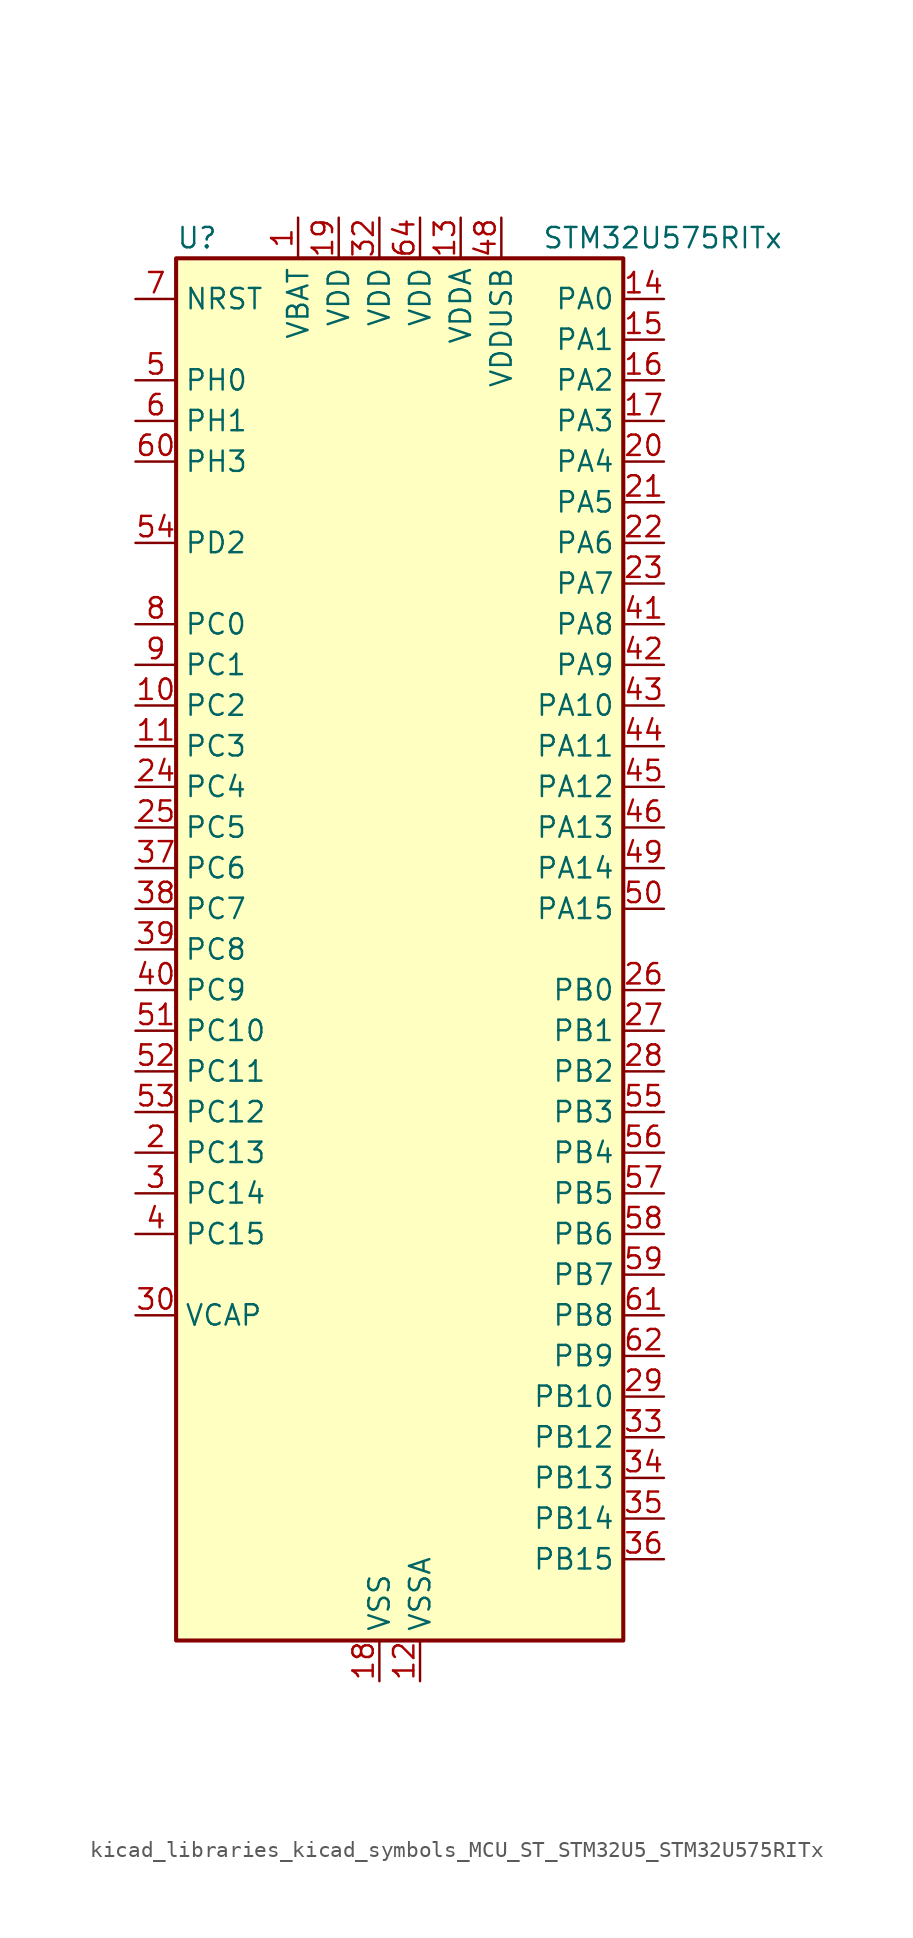
<source format=kicad_sym>
(kicad_symbol_lib
  (version 20220914)
  (generator kicad_symbol_editor)
  (symbol "kicad_libraries_kicad_symbols_MCU_ST_STM32U5_STM32U575RITx"
    (property "Reference" "U"
      (at -12.7 44.45 0)
      (effects (font (size 1.27 1.27)) (justify left)))
    (property "Value" "STM32U575RITx"
      (at 10.16 44.45 0)
      (effects (font (size 1.27 1.27)) (justify left)))
    (property "ki_locked" ""
      (at 0 0 0)
      (effects (font (size 1.27 1.27))))
    (symbol "kicad_libraries_kicad_symbols_MCU_ST_STM32U5_STM32U575RITx_0_1"
      (rectangle (start -12.7 -43.18) (end 15.24 43.18) (stroke (width 0.254) (type default)) (fill (type background))))
    (symbol "kicad_libraries_kicad_symbols_MCU_ST_STM32U5_STM32U575RITx_1_1"
      (pin power_in line (at -5.08 45.72 270) (length 2.54) (name "VBAT" (effects (font (size 1.27 1.27)))) (number "1" (effects (font (size 1.27 1.27)))))
      (pin bidirectional line (at -15.24 15.24 0) (length 2.54) (name "PC2" (effects (font (size 1.27 1.27)))) (number "10" (effects (font (size 1.27 1.27)))) (alternate "ADC1_IN3" bidirectional line) (alternate "ADC4_IN3" bidirectional line) (alternate "LPTIM1_IN2" bidirectional line) (alternate "MDF1_CCK1" bidirectional line) (alternate "OCTOSPIM_P1_IO5" bidirectional line) (alternate "SPI2_MISO" bidirectional line))
      (pin bidirectional line (at -15.24 12.7 0) (length 2.54) (name "PC3" (effects (font (size 1.27 1.27)))) (number "11" (effects (font (size 1.27 1.27)))) (alternate "ADC1_IN4" bidirectional line) (alternate "ADC4_IN4" bidirectional line) (alternate "LPTIM1_ETR" bidirectional line) (alternate "LPTIM2_ETR" bidirectional line) (alternate "LPTIM3_CH1" bidirectional line) (alternate "OCTOSPIM_P1_IO6" bidirectional line) (alternate "SAI1_D1" bidirectional line) (alternate "SAI1_SD_A" bidirectional line) (alternate "SPI2_MOSI" bidirectional line))
      (pin power_in line (at 2.54 -45.72 90) (length 2.54) (name "VSSA" (effects (font (size 1.27 1.27)))) (number "12" (effects (font (size 1.27 1.27)))))
      (pin power_in line (at 5.08 45.72 270) (length 2.54) (name "VDDA" (effects (font (size 1.27 1.27)))) (number "13" (effects (font (size 1.27 1.27)))))
      (pin bidirectional line (at 17.78 40.64 180) (length 2.54) (name "PA0" (effects (font (size 1.27 1.27)))) (number "14" (effects (font (size 1.27 1.27)))) (alternate "ADC1_IN5" bidirectional line) (alternate "AUDIOCLK" bidirectional line) (alternate "OCTOSPIM_P2_NCS" bidirectional line) (alternate "OPAMP1_VINP" bidirectional line) (alternate "PWR_WKUP1" bidirectional line) (alternate "SDMMC2_CMD" bidirectional line) (alternate "SPI3_RDY" bidirectional line) (alternate "TAMP_IN2" bidirectional line) (alternate "TAMP_OUT1" bidirectional line) (alternate "TIM2_CH1" bidirectional line) (alternate "TIM2_ETR" bidirectional line) (alternate "TIM5_CH1" bidirectional line) (alternate "TIM8_ETR" bidirectional line) (alternate "UART4_TX" bidirectional line) (alternate "USART2_CTS" bidirectional line))
      (pin bidirectional line (at 17.78 38.1 180) (length 2.54) (name "PA1" (effects (font (size 1.27 1.27)))) (number "15" (effects (font (size 1.27 1.27)))) (alternate "ADC1_IN6" bidirectional line) (alternate "I2C1_SMBA" bidirectional line) (alternate "LPTIM1_CH2" bidirectional line) (alternate "OCTOSPIM_P1_DQS" bidirectional line) (alternate "OPAMP1_VINM" bidirectional line) (alternate "PWR_WKUP3" bidirectional line) (alternate "SPI1_SCK" bidirectional line) (alternate "TAMP_IN5" bidirectional line) (alternate "TAMP_OUT4" bidirectional line) (alternate "TIM15_CH1N" bidirectional line) (alternate "TIM2_CH2" bidirectional line) (alternate "TIM5_CH2" bidirectional line) (alternate "UART4_RX" bidirectional line) (alternate "USART2_DE" bidirectional line) (alternate "USART2_RTS" bidirectional line))
      (pin bidirectional line (at 17.78 35.56 180) (length 2.54) (name "PA2" (effects (font (size 1.27 1.27)))) (number "16" (effects (font (size 1.27 1.27)))) (alternate "ADC1_IN7" bidirectional line) (alternate "COMP1_INP" bidirectional line) (alternate "LPUART1_TX" bidirectional line) (alternate "OCTOSPIM_P1_NCS" bidirectional line) (alternate "PWR_WKUP4" bidirectional line) (alternate "RCC_LSCO" bidirectional line) (alternate "SPI1_RDY" bidirectional line) (alternate "TIM15_CH1" bidirectional line) (alternate "TIM2_CH3" bidirectional line) (alternate "TIM5_CH3" bidirectional line) (alternate "UCPD1_FRSTX1" bidirectional line) (alternate "USART2_TX" bidirectional line))
      (pin bidirectional line (at 17.78 33.02 180) (length 2.54) (name "PA3" (effects (font (size 1.27 1.27)))) (number "17" (effects (font (size 1.27 1.27)))) (alternate "ADC1_IN8" bidirectional line) (alternate "LPUART1_RX" bidirectional line) (alternate "OCTOSPIM_P1_CLK" bidirectional line) (alternate "OPAMP1_VOUT" bidirectional line) (alternate "PWR_WKUP5" bidirectional line) (alternate "SAI1_CK1" bidirectional line) (alternate "SAI1_MCLK_A" bidirectional line) (alternate "TIM15_CH2" bidirectional line) (alternate "TIM2_CH4" bidirectional line) (alternate "TIM5_CH4" bidirectional line) (alternate "USART2_RX" bidirectional line))
      (pin power_in line (at 0 -45.72 90) (length 2.54) (name "VSS" (effects (font (size 1.27 1.27)))) (number "18" (effects (font (size 1.27 1.27)))))
      (pin power_in line (at -2.54 45.72 270) (length 2.54) (name "VDD" (effects (font (size 1.27 1.27)))) (number "19" (effects (font (size 1.27 1.27)))))
      (pin bidirectional line (at -15.24 -12.7 0) (length 2.54) (name "PC13" (effects (font (size 1.27 1.27)))) (number "2" (effects (font (size 1.27 1.27)))) (alternate "PWR_WKUP2" bidirectional line) (alternate "RTC_OUT1" bidirectional line) (alternate "RTC_TS" bidirectional line) (alternate "TAMP_IN1" bidirectional line) (alternate "TAMP_OUT2" bidirectional line))
      (pin bidirectional line (at 17.78 30.48 180) (length 2.54) (name "PA4" (effects (font (size 1.27 1.27)))) (number "20" (effects (font (size 1.27 1.27)))) (alternate "ADC1_IN9" bidirectional line) (alternate "ADC4_IN9" bidirectional line) (alternate "DAC1_OUT1" bidirectional line) (alternate "DCMI_HSYNC" bidirectional line) (alternate "LPTIM2_CH1" bidirectional line) (alternate "OCTOSPIM_P1_NCS" bidirectional line) (alternate "PSSI_DE" bidirectional line) (alternate "PWR_WKUP2" bidirectional line) (alternate "SAI1_FS_B" bidirectional line) (alternate "SPI1_NSS" bidirectional line) (alternate "SPI3_NSS" bidirectional line) (alternate "USART2_CK" bidirectional line))
      (pin bidirectional line (at 17.78 27.94 180) (length 2.54) (name "PA5" (effects (font (size 1.27 1.27)))) (number "21" (effects (font (size 1.27 1.27)))) (alternate "ADC1_IN10" bidirectional line) (alternate "ADC4_IN10" bidirectional line) (alternate "DAC1_OUT2" bidirectional line) (alternate "LPTIM2_ETR" bidirectional line) (alternate "PSSI_D14" bidirectional line) (alternate "PWR_CSLEEP" bidirectional line) (alternate "PWR_WKUP6" bidirectional line) (alternate "SPI1_SCK" bidirectional line) (alternate "TIM2_CH1" bidirectional line) (alternate "TIM2_ETR" bidirectional line) (alternate "TIM8_CH1N" bidirectional line) (alternate "USART3_RX" bidirectional line))
      (pin bidirectional line (at 17.78 25.4 180) (length 2.54) (name "PA6" (effects (font (size 1.27 1.27)))) (number "22" (effects (font (size 1.27 1.27)))) (alternate "ADC1_IN11" bidirectional line) (alternate "ADC4_IN11" bidirectional line) (alternate "DCMI_PIXCLK" bidirectional line) (alternate "LPUART1_CTS" bidirectional line) (alternate "OCTOSPIM_P1_IO3" bidirectional line) (alternate "OPAMP2_VINP" bidirectional line) (alternate "PSSI_PDCK" bidirectional line) (alternate "PWR_CDSTOP" bidirectional line) (alternate "PWR_WKUP7" bidirectional line) (alternate "SPI1_MISO" bidirectional line) (alternate "TIM16_CH1" bidirectional line) (alternate "TIM1_BKIN" bidirectional line) (alternate "TIM3_CH1" bidirectional line) (alternate "TIM8_BKIN" bidirectional line) (alternate "USART3_CTS" bidirectional line))
      (pin bidirectional line (at 17.78 22.86 180) (length 2.54) (name "PA7" (effects (font (size 1.27 1.27)))) (number "23" (effects (font (size 1.27 1.27)))) (alternate "ADC1_IN12" bidirectional line) (alternate "ADC4_IN20" bidirectional line) (alternate "I2C3_SCL" bidirectional line) (alternate "LPTIM2_CH2" bidirectional line) (alternate "OCTOSPIM_P1_IO2" bidirectional line) (alternate "OPAMP2_VINM" bidirectional line) (alternate "PWR_SRDSTOP" bidirectional line) (alternate "PWR_WKUP8" bidirectional line) (alternate "SPI1_MOSI" bidirectional line) (alternate "TIM17_CH1" bidirectional line) (alternate "TIM1_CH1N" bidirectional line) (alternate "TIM3_CH2" bidirectional line) (alternate "TIM8_CH1N" bidirectional line) (alternate "USART3_TX" bidirectional line))
      (pin bidirectional line (at -15.24 10.16 0) (length 2.54) (name "PC4" (effects (font (size 1.27 1.27)))) (number "24" (effects (font (size 1.27 1.27)))) (alternate "ADC1_IN13" bidirectional line) (alternate "ADC4_IN22" bidirectional line) (alternate "COMP1_INM" bidirectional line) (alternate "OCTOSPIM_P1_IO7" bidirectional line) (alternate "USART3_TX" bidirectional line))
      (pin bidirectional line (at -15.24 7.62 0) (length 2.54) (name "PC5" (effects (font (size 1.27 1.27)))) (number "25" (effects (font (size 1.27 1.27)))) (alternate "ADC1_IN14" bidirectional line) (alternate "ADC4_IN23" bidirectional line) (alternate "COMP1_INP" bidirectional line) (alternate "PSSI_D15" bidirectional line) (alternate "PWR_WKUP5" bidirectional line) (alternate "SAI1_D3" bidirectional line) (alternate "TAMP_IN4" bidirectional line) (alternate "TAMP_OUT5" bidirectional line) (alternate "TIM1_CH4N" bidirectional line) (alternate "USART3_RX" bidirectional line))
      (pin bidirectional line (at 17.78 -2.54 180) (length 2.54) (name "PB0" (effects (font (size 1.27 1.27)))) (number "26" (effects (font (size 1.27 1.27)))) (alternate "ADC1_IN15" bidirectional line) (alternate "ADC4_IN18" bidirectional line) (alternate "AUDIOCLK" bidirectional line) (alternate "COMP1_OUT" bidirectional line) (alternate "LPTIM3_CH1" bidirectional line) (alternate "OCTOSPIM_P1_IO1" bidirectional line) (alternate "OPAMP2_VOUT" bidirectional line) (alternate "SPI1_NSS" bidirectional line) (alternate "TIM1_CH2N" bidirectional line) (alternate "TIM3_CH3" bidirectional line) (alternate "TIM8_CH2N" bidirectional line) (alternate "USART3_CK" bidirectional line))
      (pin bidirectional line (at 17.78 -5.08 180) (length 2.54) (name "PB1" (effects (font (size 1.27 1.27)))) (number "27" (effects (font (size 1.27 1.27)))) (alternate "ADC1_IN16" bidirectional line) (alternate "ADC4_IN19" bidirectional line) (alternate "COMP1_INM" bidirectional line) (alternate "LPTIM2_IN1" bidirectional line) (alternate "LPTIM3_CH2" bidirectional line) (alternate "LPUART1_DE" bidirectional line) (alternate "LPUART1_RTS" bidirectional line) (alternate "MDF1_SDI0" bidirectional line) (alternate "OCTOSPIM_P1_IO0" bidirectional line) (alternate "PWR_WKUP4" bidirectional line) (alternate "TIM1_CH3N" bidirectional line) (alternate "TIM3_CH4" bidirectional line) (alternate "TIM8_CH3N" bidirectional line) (alternate "USART3_DE" bidirectional line) (alternate "USART3_RTS" bidirectional line))
      (pin bidirectional line (at 17.78 -7.62 180) (length 2.54) (name "PB2" (effects (font (size 1.27 1.27)))) (number "28" (effects (font (size 1.27 1.27)))) (alternate "ADC1_IN17" bidirectional line) (alternate "COMP1_INP" bidirectional line) (alternate "I2C3_SMBA" bidirectional line) (alternate "LPTIM1_CH1" bidirectional line) (alternate "MDF1_CKI0" bidirectional line) (alternate "OCTOSPIM_P1_DQS" bidirectional line) (alternate "PWR_WKUP1" bidirectional line) (alternate "RTC_OUT2" bidirectional line) (alternate "SPI1_RDY" bidirectional line) (alternate "TIM8_CH4N" bidirectional line) (alternate "UCPD1_FRSTX1" bidirectional line))
      (pin bidirectional line (at 17.78 -27.94 180) (length 2.54) (name "PB10" (effects (font (size 1.27 1.27)))) (number "29" (effects (font (size 1.27 1.27)))) (alternate "COMP1_OUT" bidirectional line) (alternate "I2C2_SCL" bidirectional line) (alternate "I2C4_SCL" bidirectional line) (alternate "LPTIM3_CH1" bidirectional line) (alternate "LPUART1_RX" bidirectional line) (alternate "OCTOSPIM_P1_CLK" bidirectional line) (alternate "PWR_WKUP8" bidirectional line) (alternate "SAI1_SCK_A" bidirectional line) (alternate "SPI2_SCK" bidirectional line) (alternate "TIM2_CH3" bidirectional line) (alternate "TSC_SYNC" bidirectional line) (alternate "USART3_TX" bidirectional line))
      (pin bidirectional line (at -15.24 -15.24 0) (length 2.54) (name "PC14" (effects (font (size 1.27 1.27)))) (number "3" (effects (font (size 1.27 1.27)))) (alternate "RCC_OSC32_IN" bidirectional line))
      (pin power_out line (at -15.24 -22.86 0) (length 2.54) (name "VCAP" (effects (font (size 1.27 1.27)))) (number "30" (effects (font (size 1.27 1.27)))))
      (pin passive line (at 0 -45.72 90) (length 2.54) hide (name "VSS" (effects (font (size 1.27 1.27)))) (number "31" (effects (font (size 1.27 1.27)))))
      (pin power_in line (at 0 45.72 270) (length 2.54) (name "VDD" (effects (font (size 1.27 1.27)))) (number "32" (effects (font (size 1.27 1.27)))))
      (pin bidirectional line (at 17.78 -30.48 180) (length 2.54) (name "PB12" (effects (font (size 1.27 1.27)))) (number "33" (effects (font (size 1.27 1.27)))) (alternate "I2C2_SMBA" bidirectional line) (alternate "LPUART1_DE" bidirectional line) (alternate "LPUART1_RTS" bidirectional line) (alternate "MDF1_SDI1" bidirectional line) (alternate "OCTOSPIM_P1_NCLK" bidirectional line) (alternate "SPI2_NSS" bidirectional line) (alternate "TIM15_BKIN" bidirectional line) (alternate "TIM1_BKIN" bidirectional line) (alternate "TSC_G1_IO1" bidirectional line) (alternate "USART3_CK" bidirectional line))
      (pin bidirectional line (at 17.78 -33.02 180) (length 2.54) (name "PB13" (effects (font (size 1.27 1.27)))) (number "34" (effects (font (size 1.27 1.27)))) (alternate "I2C2_SCL" bidirectional line) (alternate "LPTIM3_IN1" bidirectional line) (alternate "LPUART1_CTS" bidirectional line) (alternate "MDF1_CKI1" bidirectional line) (alternate "SPI2_SCK" bidirectional line) (alternate "TIM15_CH1N" bidirectional line) (alternate "TIM1_CH1N" bidirectional line) (alternate "TSC_G1_IO2" bidirectional line) (alternate "USART3_CTS" bidirectional line))
      (pin bidirectional line (at 17.78 -35.56 180) (length 2.54) (name "PB14" (effects (font (size 1.27 1.27)))) (number "35" (effects (font (size 1.27 1.27)))) (alternate "I2C2_SDA" bidirectional line) (alternate "LPTIM3_ETR" bidirectional line) (alternate "MDF1_SDI2" bidirectional line) (alternate "SDMMC2_D0" bidirectional line) (alternate "SPI2_MISO" bidirectional line) (alternate "TIM15_CH1" bidirectional line) (alternate "TIM1_CH2N" bidirectional line) (alternate "TIM8_CH2N" bidirectional line) (alternate "TSC_G1_IO3" bidirectional line) (alternate "UCPD1_DBCC2" bidirectional line) (alternate "USART3_DE" bidirectional line) (alternate "USART3_RTS" bidirectional line))
      (pin bidirectional line (at 17.78 -38.1 180) (length 2.54) (name "PB15" (effects (font (size 1.27 1.27)))) (number "36" (effects (font (size 1.27 1.27)))) (alternate "ADC1_EXTI15" bidirectional line) (alternate "ADC4_EXTI15" bidirectional line) (alternate "LPTIM2_IN2" bidirectional line) (alternate "MDF1_CKI2" bidirectional line) (alternate "PWR_WKUP7" bidirectional line) (alternate "RTC_REFIN" bidirectional line) (alternate "SDMMC2_D1" bidirectional line) (alternate "SPI2_MOSI" bidirectional line) (alternate "TIM15_CH2" bidirectional line) (alternate "TIM1_CH3N" bidirectional line) (alternate "TIM8_CH3N" bidirectional line) (alternate "UCPD1_CC2" bidirectional line))
      (pin bidirectional line (at -15.24 5.08 0) (length 2.54) (name "PC6" (effects (font (size 1.27 1.27)))) (number "37" (effects (font (size 1.27 1.27)))) (alternate "DCMI_D0" bidirectional line) (alternate "MDF1_CKI3" bidirectional line) (alternate "PSSI_D0" bidirectional line) (alternate "PWR_CSLEEP" bidirectional line) (alternate "SDMMC1_D0DIR" bidirectional line) (alternate "SDMMC1_D6" bidirectional line) (alternate "SDMMC2_D6" bidirectional line) (alternate "TIM3_CH1" bidirectional line) (alternate "TIM8_CH1" bidirectional line) (alternate "TSC_G4_IO1" bidirectional line))
      (pin bidirectional line (at -15.24 2.54 0) (length 2.54) (name "PC7" (effects (font (size 1.27 1.27)))) (number "38" (effects (font (size 1.27 1.27)))) (alternate "DCMI_D1" bidirectional line) (alternate "LPTIM2_CH2" bidirectional line) (alternate "MDF1_SDI3" bidirectional line) (alternate "PSSI_D1" bidirectional line) (alternate "PWR_CDSTOP" bidirectional line) (alternate "SDMMC1_D123DIR" bidirectional line) (alternate "SDMMC1_D7" bidirectional line) (alternate "SDMMC2_D7" bidirectional line) (alternate "TIM3_CH2" bidirectional line) (alternate "TIM8_CH2" bidirectional line) (alternate "TSC_G4_IO2" bidirectional line))
      (pin bidirectional line (at -15.24 0 0) (length 2.54) (name "PC8" (effects (font (size 1.27 1.27)))) (number "39" (effects (font (size 1.27 1.27)))) (alternate "DCMI_D2" bidirectional line) (alternate "LPTIM3_CH1" bidirectional line) (alternate "PSSI_D2" bidirectional line) (alternate "PWR_SRDSTOP" bidirectional line) (alternate "SDMMC1_D0" bidirectional line) (alternate "TIM3_CH3" bidirectional line) (alternate "TIM8_CH3" bidirectional line) (alternate "TSC_G4_IO3" bidirectional line))
      (pin bidirectional line (at -15.24 -17.78 0) (length 2.54) (name "PC15" (effects (font (size 1.27 1.27)))) (number "4" (effects (font (size 1.27 1.27)))) (alternate "ADC1_EXTI15" bidirectional line) (alternate "ADC4_EXTI15" bidirectional line) (alternate "RCC_OSC32_OUT" bidirectional line))
      (pin bidirectional line (at -15.24 -2.54 0) (length 2.54) (name "PC9" (effects (font (size 1.27 1.27)))) (number "40" (effects (font (size 1.27 1.27)))) (alternate "DAC1_EXTI9" bidirectional line) (alternate "DCMI_D3" bidirectional line) (alternate "DEBUG_TRACED0" bidirectional line) (alternate "LPTIM3_CH2" bidirectional line) (alternate "PSSI_D3" bidirectional line) (alternate "SDMMC1_D1" bidirectional line) (alternate "TIM3_CH4" bidirectional line) (alternate "TIM8_BKIN2" bidirectional line) (alternate "TIM8_CH4" bidirectional line) (alternate "TSC_G4_IO4" bidirectional line) (alternate "USB_OTG_FS_NOE" bidirectional line))
      (pin bidirectional line (at 17.78 20.32 180) (length 2.54) (name "PA8" (effects (font (size 1.27 1.27)))) (number "41" (effects (font (size 1.27 1.27)))) (alternate "DEBUG_TRACECLK" bidirectional line) (alternate "LPTIM2_CH1" bidirectional line) (alternate "RCC_MCO" bidirectional line) (alternate "SAI1_CK2" bidirectional line) (alternate "SAI1_SCK_A" bidirectional line) (alternate "SPI1_RDY" bidirectional line) (alternate "TIM1_CH1" bidirectional line) (alternate "USART1_CK" bidirectional line) (alternate "USB_OTG_FS_SOF" bidirectional line))
      (pin bidirectional line (at 17.78 17.78 180) (length 2.54) (name "PA9" (effects (font (size 1.27 1.27)))) (number "42" (effects (font (size 1.27 1.27)))) (alternate "DAC1_EXTI9" bidirectional line) (alternate "DCMI_D0" bidirectional line) (alternate "PSSI_D0" bidirectional line) (alternate "SAI1_FS_A" bidirectional line) (alternate "SPI2_SCK" bidirectional line) (alternate "TIM15_BKIN" bidirectional line) (alternate "TIM1_CH2" bidirectional line) (alternate "USART1_TX" bidirectional line) (alternate "USB_OTG_FS_VBUS" bidirectional line))
      (pin bidirectional line (at 17.78 15.24 180) (length 2.54) (name "PA10" (effects (font (size 1.27 1.27)))) (number "43" (effects (font (size 1.27 1.27)))) (alternate "CRS_SYNC" bidirectional line) (alternate "DCMI_D1" bidirectional line) (alternate "LPTIM2_IN2" bidirectional line) (alternate "PSSI_D1" bidirectional line) (alternate "SAI1_D1" bidirectional line) (alternate "SAI1_SD_A" bidirectional line) (alternate "TIM17_BKIN" bidirectional line) (alternate "TIM1_CH3" bidirectional line) (alternate "USART1_RX" bidirectional line) (alternate "USB_OTG_FS_ID" bidirectional line))
      (pin bidirectional line (at 17.78 12.7 180) (length 2.54) (name "PA11" (effects (font (size 1.27 1.27)))) (number "44" (effects (font (size 1.27 1.27)))) (alternate "ADC1_EXTI11" bidirectional line) (alternate "FDCAN1_RX" bidirectional line) (alternate "SPI1_MISO" bidirectional line) (alternate "TIM1_BKIN2" bidirectional line) (alternate "TIM1_CH4" bidirectional line) (alternate "USART1_CTS" bidirectional line) (alternate "USB_OTG_FS_DM" bidirectional line))
      (pin bidirectional line (at 17.78 10.16 180) (length 2.54) (name "PA12" (effects (font (size 1.27 1.27)))) (number "45" (effects (font (size 1.27 1.27)))) (alternate "FDCAN1_TX" bidirectional line) (alternate "OCTOSPIM_P2_NCS" bidirectional line) (alternate "SPI1_MOSI" bidirectional line) (alternate "TIM1_ETR" bidirectional line) (alternate "USART1_DE" bidirectional line) (alternate "USART1_RTS" bidirectional line) (alternate "USB_OTG_FS_DP" bidirectional line))
      (pin bidirectional line (at 17.78 7.62 180) (length 2.54) (name "PA13" (effects (font (size 1.27 1.27)))) (number "46" (effects (font (size 1.27 1.27)))) (alternate "DEBUG_JTMS-SWDIO" bidirectional line) (alternate "IR_OUT" bidirectional line) (alternate "SAI1_SD_B" bidirectional line) (alternate "USB_OTG_FS_NOE" bidirectional line))
      (pin passive line (at 0 -45.72 90) (length 2.54) hide (name "VSS" (effects (font (size 1.27 1.27)))) (number "47" (effects (font (size 1.27 1.27)))))
      (pin power_in line (at 7.62 45.72 270) (length 2.54) (name "VDDUSB" (effects (font (size 1.27 1.27)))) (number "48" (effects (font (size 1.27 1.27)))))
      (pin bidirectional line (at 17.78 5.08 180) (length 2.54) (name "PA14" (effects (font (size 1.27 1.27)))) (number "49" (effects (font (size 1.27 1.27)))) (alternate "DEBUG_JTCK-SWCLK" bidirectional line) (alternate "I2C1_SMBA" bidirectional line) (alternate "I2C4_SMBA" bidirectional line) (alternate "LPTIM1_CH1" bidirectional line) (alternate "SAI1_FS_B" bidirectional line) (alternate "USB_OTG_FS_SOF" bidirectional line))
      (pin bidirectional line (at -15.24 35.56 0) (length 2.54) (name "PH0" (effects (font (size 1.27 1.27)))) (number "5" (effects (font (size 1.27 1.27)))) (alternate "RCC_OSC_IN" bidirectional line))
      (pin bidirectional line (at 17.78 2.54 180) (length 2.54) (name "PA15" (effects (font (size 1.27 1.27)))) (number "50" (effects (font (size 1.27 1.27)))) (alternate "ADC1_EXTI15" bidirectional line) (alternate "ADC4_EXTI15" bidirectional line) (alternate "DEBUG_JTDI" bidirectional line) (alternate "SPI1_NSS" bidirectional line) (alternate "SPI3_NSS" bidirectional line) (alternate "TIM2_CH1" bidirectional line) (alternate "TIM2_ETR" bidirectional line) (alternate "UART4_DE" bidirectional line) (alternate "UART4_RTS" bidirectional line) (alternate "UCPD1_CC1" bidirectional line) (alternate "USART2_RX" bidirectional line) (alternate "USART3_DE" bidirectional line) (alternate "USART3_RTS" bidirectional line))
      (pin bidirectional line (at -15.24 -5.08 0) (length 2.54) (name "PC10" (effects (font (size 1.27 1.27)))) (number "51" (effects (font (size 1.27 1.27)))) (alternate "ADF1_CCK1" bidirectional line) (alternate "DCMI_D8" bidirectional line) (alternate "DEBUG_TRACED1" bidirectional line) (alternate "LPTIM3_ETR" bidirectional line) (alternate "PSSI_D8" bidirectional line) (alternate "SDMMC1_D2" bidirectional line) (alternate "SPI3_SCK" bidirectional line) (alternate "TSC_G3_IO2" bidirectional line) (alternate "UART4_TX" bidirectional line) (alternate "USART3_TX" bidirectional line))
      (pin bidirectional line (at -15.24 -7.62 0) (length 2.54) (name "PC11" (effects (font (size 1.27 1.27)))) (number "52" (effects (font (size 1.27 1.27)))) (alternate "ADC1_EXTI11" bidirectional line) (alternate "ADF1_SDI0" bidirectional line) (alternate "DCMI_D2" bidirectional line) (alternate "DCMI_D4" bidirectional line) (alternate "LPTIM3_IN1" bidirectional line) (alternate "OCTOSPIM_P1_NCS" bidirectional line) (alternate "PSSI_D2" bidirectional line) (alternate "PSSI_D4" bidirectional line) (alternate "SDMMC1_D3" bidirectional line) (alternate "SPI3_MISO" bidirectional line) (alternate "TSC_G3_IO3" bidirectional line) (alternate "UART4_RX" bidirectional line) (alternate "UCPD1_FRSTX2" bidirectional line) (alternate "USART3_RX" bidirectional line))
      (pin bidirectional line (at -15.24 -10.16 0) (length 2.54) (name "PC12" (effects (font (size 1.27 1.27)))) (number "53" (effects (font (size 1.27 1.27)))) (alternate "DCMI_D9" bidirectional line) (alternate "DEBUG_TRACED3" bidirectional line) (alternate "PSSI_D9" bidirectional line) (alternate "SDMMC1_CK" bidirectional line) (alternate "SPI3_MOSI" bidirectional line) (alternate "TSC_G3_IO4" bidirectional line) (alternate "UART5_TX" bidirectional line) (alternate "USART3_CK" bidirectional line))
      (pin bidirectional line (at -15.24 25.4 0) (length 2.54) (name "PD2" (effects (font (size 1.27 1.27)))) (number "54" (effects (font (size 1.27 1.27)))) (alternate "DCMI_D11" bidirectional line) (alternate "DEBUG_TRACED2" bidirectional line) (alternate "LPTIM4_ETR" bidirectional line) (alternate "PSSI_D11" bidirectional line) (alternate "SDMMC1_CMD" bidirectional line) (alternate "TIM3_ETR" bidirectional line) (alternate "TSC_SYNC" bidirectional line) (alternate "UART5_RX" bidirectional line) (alternate "USART3_DE" bidirectional line) (alternate "USART3_RTS" bidirectional line))
      (pin bidirectional line (at 17.78 -10.16 180) (length 2.54) (name "PB3" (effects (font (size 1.27 1.27)))) (number "55" (effects (font (size 1.27 1.27)))) (alternate "ADF1_CCK0" bidirectional line) (alternate "COMP2_INM" bidirectional line) (alternate "CRS_SYNC" bidirectional line) (alternate "DEBUG_JTDO-SWO" bidirectional line) (alternate "I2C1_SDA" bidirectional line) (alternate "LPTIM1_CH1" bidirectional line) (alternate "SAI1_SCK_B" bidirectional line) (alternate "SDMMC2_D2" bidirectional line) (alternate "SPI1_SCK" bidirectional line) (alternate "SPI3_SCK" bidirectional line) (alternate "TIM2_CH2" bidirectional line) (alternate "USART1_DE" bidirectional line) (alternate "USART1_RTS" bidirectional line))
      (pin bidirectional line (at 17.78 -12.7 180) (length 2.54) (name "PB4" (effects (font (size 1.27 1.27)))) (number "56" (effects (font (size 1.27 1.27)))) (alternate "ADF1_SDI0" bidirectional line) (alternate "COMP2_INP" bidirectional line) (alternate "DCMI_D12" bidirectional line) (alternate "DEBUG_JTRST" bidirectional line) (alternate "I2C3_SDA" bidirectional line) (alternate "LPTIM1_CH2" bidirectional line) (alternate "PSSI_D12" bidirectional line) (alternate "SAI1_MCLK_B" bidirectional line) (alternate "SDMMC2_D3" bidirectional line) (alternate "SPI1_MISO" bidirectional line) (alternate "SPI3_MISO" bidirectional line) (alternate "TIM17_BKIN" bidirectional line) (alternate "TIM3_CH1" bidirectional line) (alternate "TSC_G2_IO1" bidirectional line) (alternate "UART5_DE" bidirectional line) (alternate "UART5_RTS" bidirectional line) (alternate "USART1_CTS" bidirectional line))
      (pin bidirectional line (at 17.78 -15.24 180) (length 2.54) (name "PB5" (effects (font (size 1.27 1.27)))) (number "57" (effects (font (size 1.27 1.27)))) (alternate "COMP2_OUT" bidirectional line) (alternate "DCMI_D10" bidirectional line) (alternate "I2C1_SMBA" bidirectional line) (alternate "LPTIM1_IN1" bidirectional line) (alternate "OCTOSPIM_P1_NCLK" bidirectional line) (alternate "PSSI_D10" bidirectional line) (alternate "PWR_WKUP6" bidirectional line) (alternate "SAI1_SD_B" bidirectional line) (alternate "SPI1_MOSI" bidirectional line) (alternate "SPI3_MOSI" bidirectional line) (alternate "TIM16_BKIN" bidirectional line) (alternate "TIM3_CH2" bidirectional line) (alternate "TSC_G2_IO2" bidirectional line) (alternate "UART5_CTS" bidirectional line) (alternate "UCPD1_DBCC1" bidirectional line) (alternate "USART1_CK" bidirectional line))
      (pin bidirectional line (at 17.78 -17.78 180) (length 2.54) (name "PB6" (effects (font (size 1.27 1.27)))) (number "58" (effects (font (size 1.27 1.27)))) (alternate "COMP2_INP" bidirectional line) (alternate "DCMI_D5" bidirectional line) (alternate "I2C1_SCL" bidirectional line) (alternate "I2C4_SCL" bidirectional line) (alternate "LPTIM1_ETR" bidirectional line) (alternate "MDF1_SDI5" bidirectional line) (alternate "PSSI_D5" bidirectional line) (alternate "PWR_WKUP3" bidirectional line) (alternate "SAI1_FS_B" bidirectional line) (alternate "TIM16_CH1N" bidirectional line) (alternate "TIM4_CH1" bidirectional line) (alternate "TIM8_BKIN2" bidirectional line) (alternate "TSC_G2_IO3" bidirectional line) (alternate "USART1_TX" bidirectional line))
      (pin bidirectional line (at 17.78 -20.32 180) (length 2.54) (name "PB7" (effects (font (size 1.27 1.27)))) (number "59" (effects (font (size 1.27 1.27)))) (alternate "COMP2_INM" bidirectional line) (alternate "DCMI_VSYNC" bidirectional line) (alternate "I2C1_SDA" bidirectional line) (alternate "I2C4_SDA" bidirectional line) (alternate "LPTIM1_IN2" bidirectional line) (alternate "MDF1_CKI5" bidirectional line) (alternate "PSSI_RDY" bidirectional line) (alternate "PWR_PVD_IN" bidirectional line) (alternate "PWR_WKUP4" bidirectional line) (alternate "TIM17_CH1N" bidirectional line) (alternate "TIM4_CH2" bidirectional line) (alternate "TIM8_BKIN" bidirectional line) (alternate "TSC_G2_IO4" bidirectional line) (alternate "UART4_CTS" bidirectional line) (alternate "USART1_RX" bidirectional line))
      (pin bidirectional line (at -15.24 33.02 0) (length 2.54) (name "PH1" (effects (font (size 1.27 1.27)))) (number "6" (effects (font (size 1.27 1.27)))) (alternate "RCC_OSC_OUT" bidirectional line))
      (pin bidirectional line (at -15.24 30.48 0) (length 2.54) (name "PH3" (effects (font (size 1.27 1.27)))) (number "60" (effects (font (size 1.27 1.27)))))
      (pin bidirectional line (at 17.78 -22.86 180) (length 2.54) (name "PB8" (effects (font (size 1.27 1.27)))) (number "61" (effects (font (size 1.27 1.27)))) (alternate "DCMI_D6" bidirectional line) (alternate "FDCAN1_RX" bidirectional line) (alternate "I2C1_SCL" bidirectional line) (alternate "MDF1_CCK0" bidirectional line) (alternate "PSSI_D6" bidirectional line) (alternate "PWR_WKUP5" bidirectional line) (alternate "SAI1_CK1" bidirectional line) (alternate "SAI1_MCLK_A" bidirectional line) (alternate "SDMMC1_CKIN" bidirectional line) (alternate "SDMMC1_D4" bidirectional line) (alternate "SDMMC2_D4" bidirectional line) (alternate "SPI3_RDY" bidirectional line) (alternate "TIM16_CH1" bidirectional line) (alternate "TIM4_CH3" bidirectional line))
      (pin bidirectional line (at 17.78 -25.4 180) (length 2.54) (name "PB9" (effects (font (size 1.27 1.27)))) (number "62" (effects (font (size 1.27 1.27)))) (alternate "DAC1_EXTI9" bidirectional line) (alternate "DCMI_D7" bidirectional line) (alternate "FDCAN1_TX" bidirectional line) (alternate "I2C1_SDA" bidirectional line) (alternate "IR_OUT" bidirectional line) (alternate "PSSI_D7" bidirectional line) (alternate "SAI1_D2" bidirectional line) (alternate "SAI1_FS_A" bidirectional line) (alternate "SDMMC1_CDIR" bidirectional line) (alternate "SDMMC1_D5" bidirectional line) (alternate "SDMMC2_D5" bidirectional line) (alternate "SPI2_NSS" bidirectional line) (alternate "TIM17_CH1" bidirectional line) (alternate "TIM4_CH4" bidirectional line))
      (pin passive line (at 0 -45.72 90) (length 2.54) hide (name "VSS" (effects (font (size 1.27 1.27)))) (number "63" (effects (font (size 1.27 1.27)))))
      (pin power_in line (at 2.54 45.72 270) (length 2.54) (name "VDD" (effects (font (size 1.27 1.27)))) (number "64" (effects (font (size 1.27 1.27)))))
      (pin input line (at -15.24 40.64 0) (length 2.54) (name "NRST" (effects (font (size 1.27 1.27)))) (number "7" (effects (font (size 1.27 1.27)))))
      (pin bidirectional line (at -15.24 20.32 0) (length 2.54) (name "PC0" (effects (font (size 1.27 1.27)))) (number "8" (effects (font (size 1.27 1.27)))) (alternate "ADC1_IN1" bidirectional line) (alternate "ADC4_IN1" bidirectional line) (alternate "I2C3_SCL" bidirectional line) (alternate "LPTIM1_IN1" bidirectional line) (alternate "LPTIM2_IN1" bidirectional line) (alternate "LPUART1_RX" bidirectional line) (alternate "MDF1_SDI4" bidirectional line) (alternate "OCTOSPIM_P1_IO7" bidirectional line) (alternate "SDMMC1_D5" bidirectional line) (alternate "SPI2_RDY" bidirectional line))
      (pin bidirectional line (at -15.24 17.78 0) (length 2.54) (name "PC1" (effects (font (size 1.27 1.27)))) (number "9" (effects (font (size 1.27 1.27)))) (alternate "ADC1_IN2" bidirectional line) (alternate "ADC4_IN2" bidirectional line) (alternate "DEBUG_TRACED0" bidirectional line) (alternate "I2C3_SDA" bidirectional line) (alternate "LPTIM1_CH1" bidirectional line) (alternate "LPUART1_TX" bidirectional line) (alternate "MDF1_CKI4" bidirectional line) (alternate "OCTOSPIM_P1_IO4" bidirectional line) (alternate "SAI1_SD_A" bidirectional line) (alternate "SDMMC2_CK" bidirectional line) (alternate "SPI2_MOSI" bidirectional line)))))
</source>
